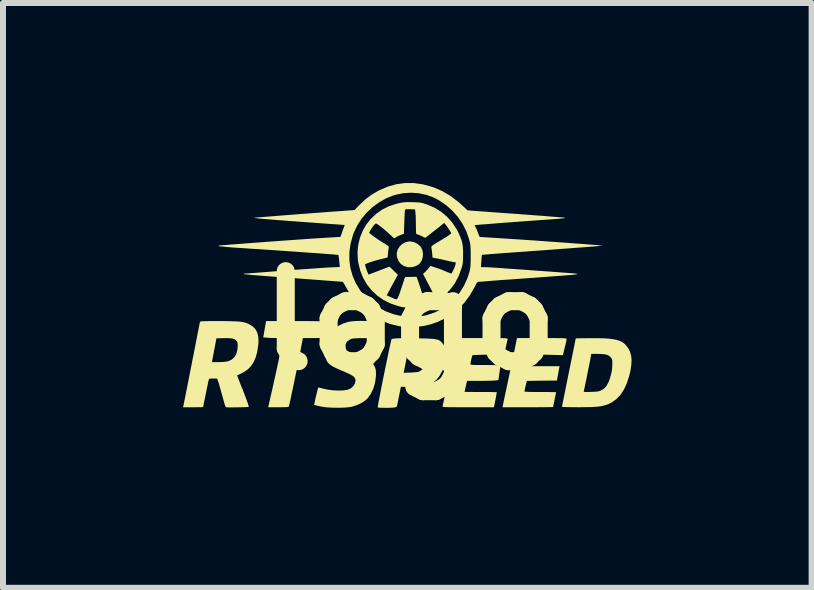
<source format=kicad_pcb>
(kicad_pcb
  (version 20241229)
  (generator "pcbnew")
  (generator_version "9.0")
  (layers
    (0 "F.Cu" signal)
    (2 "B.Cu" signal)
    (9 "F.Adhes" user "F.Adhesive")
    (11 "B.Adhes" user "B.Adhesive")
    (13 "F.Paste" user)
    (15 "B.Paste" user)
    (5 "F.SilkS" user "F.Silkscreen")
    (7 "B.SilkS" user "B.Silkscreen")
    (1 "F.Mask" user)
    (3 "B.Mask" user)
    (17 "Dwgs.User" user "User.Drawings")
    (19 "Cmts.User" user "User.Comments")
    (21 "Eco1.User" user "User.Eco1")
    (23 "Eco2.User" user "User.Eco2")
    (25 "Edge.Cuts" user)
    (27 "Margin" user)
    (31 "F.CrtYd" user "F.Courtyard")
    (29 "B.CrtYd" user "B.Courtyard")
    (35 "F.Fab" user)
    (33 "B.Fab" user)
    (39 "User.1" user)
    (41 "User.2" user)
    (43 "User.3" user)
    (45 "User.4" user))
  (footprint "logo"
    (layer "F.Cu")
    (at 3.783 2.29)
    (property "Reference" "logo" (at 0 0 0) (layer "F.SilkS") (effects (font (size 1.5 1.5) (thickness 0.3))))
    (attr board_only exclude_from_pos_files exclude_from_bom)
    (fp_poly (pts (xy 0.017 -1.316) (xy 0.078 -1.301) (xy 0.132 -1.271) (xy 0.175 -1.23) (xy 0.183 -1.219) (xy 0.206 -1.169) (xy 0.215 -1.113) (xy 0.211 -1.055) (xy 0.195 -1.001) (xy 0.166 -0.956) (xy 0.143 -0.934) (xy 0.089 -0.904) (xy 0.027 -0.888) (xy -0.036 -0.887) (xy -0.044 -0.889) (xy -0.105 -0.908) (xy -0.155 -0.943) (xy -0.193 -0.991) (xy -0.216 -1.052) (xy -0.221 -1.074) (xy -0.221 -1.131) (xy -0.204 -1.186) (xy -0.173 -1.234) (xy -0.131 -1.274) (xy -0.08 -1.302) (xy -0.023 -1.316)) (stroke (width 0) (type solid)) (fill yes) (layer "F.SilkS"))
    (fp_poly (pts (xy -1.801 0.01) (xy -1.711 0.01) (xy -1.628 0.011) (xy -1.555 0.012) (xy -1.494 0.013) (xy -1.446 0.014) (xy -1.413 0.015) (xy -1.398 0.017) (xy -1.397 0.017) (xy -1.399 0.029) (xy -1.404 0.056) (xy -1.411 0.095) (xy -1.42 0.142) (xy -1.423 0.153) (xy -1.432 0.2) (xy -1.44 0.236) (xy -1.449 0.261) (xy -1.462 0.277) (xy -1.483 0.287) (xy -1.513 0.292) (xy -1.556 0.293) (xy -1.615 0.293) (xy -1.646 0.293) (xy -1.786 0.293) (xy -1.836 0.554) (xy -1.847 0.613) (xy -1.861 0.683) (xy -1.877 0.76) (xy -1.893 0.842) (xy -1.911 0.927) (xy -1.929 1.013) (xy -1.946 1.097) (xy -1.963 1.177) (xy -1.979 1.25) (xy -1.992 1.314) (xy -2.004 1.366) (xy -2.013 1.405) (xy -2.018 1.427) (xy -2.018 1.429) (xy -2.022 1.435) (xy -2.03 1.439) (xy -2.045 1.443) (xy -2.07 1.444) (xy -2.108 1.445) (xy -2.162 1.446) (xy -2.194 1.446) (xy -2.365 1.446) (xy -2.359 1.424) (xy -2.327 1.282) (xy -2.298 1.156) (xy -2.273 1.043) (xy -2.25 0.94) (xy -2.229 0.845) (xy -2.209 0.753) (xy -2.19 0.663) (xy -2.175 0.589) (xy -2.114 0.293) (xy -2.217 0.293) (xy -2.269 0.292) (xy -2.321 0.291) (xy -2.366 0.288) (xy -2.384 0.287) (xy -2.447 0.281) (xy -2.423 0.145) (xy -2.399 0.01) (xy -1.898 0.01)) (stroke (width 0) (type solid)) (fill yes) (layer "F.SilkS"))
    (fp_poly (pts (xy 2.295 0.293) (xy 2.379 0.293) (xy 2.446 0.294) (xy 2.498 0.294) (xy 2.538 0.295) (xy 2.567 0.297) (xy 2.587 0.299) (xy 2.599 0.301) (xy 2.606 0.304) (xy 2.608 0.308) (xy 2.608 0.31) (xy 2.606 0.326) (xy 2.6 0.356) (xy 2.591 0.397) (xy 2.579 0.445) (xy 2.577 0.453) (xy 2.546 0.578) (xy 2.29 0.571) (xy 2.034 0.564) (xy 2.019 0.631) (xy 2.011 0.671) (xy 2.003 0.707) (xy 1.998 0.73) (xy 1.991 0.762) (xy 2.241 0.762) (xy 2.491 0.762) (xy 2.486 0.789) (xy 2.482 0.81) (xy 2.475 0.845) (xy 2.468 0.887) (xy 2.464 0.909) (xy 2.447 1.001) (xy 2.199 1.003) (xy 2.132 1.004) (xy 2.071 1.005) (xy 2.019 1.006) (xy 1.98 1.007) (xy 1.955 1.008) (xy 1.947 1.01) (xy 1.943 1.02) (xy 1.937 1.045) (xy 1.928 1.077) (xy 1.92 1.113) (xy 1.912 1.147) (xy 1.907 1.173) (xy 1.905 1.185) (xy 1.915 1.186) (xy 1.941 1.188) (xy 1.982 1.19) (xy 2.034 1.191) (xy 2.097 1.192) (xy 2.166 1.192) (xy 2.169 1.192) (xy 2.238 1.192) (xy 2.301 1.192) (xy 2.354 1.193) (xy 2.396 1.194) (xy 2.422 1.194) (xy 2.433 1.195) (xy 2.433 1.195) (xy 2.431 1.206) (xy 2.426 1.232) (xy 2.418 1.269) (xy 2.409 1.314) (xy 2.408 1.319) (xy 2.399 1.365) (xy 2.391 1.403) (xy 2.386 1.43) (xy 2.384 1.442) (xy 2.384 1.442) (xy 2.374 1.443) (xy 2.347 1.444) (xy 2.305 1.444) (xy 2.249 1.445) (xy 2.181 1.445) (xy 2.104 1.446) (xy 2.019 1.446) (xy 1.963 1.446) (xy 1.541 1.446) (xy 1.548 1.409) (xy 1.551 1.392) (xy 1.558 1.358) (xy 1.568 1.309) (xy 1.581 1.248) (xy 1.597 1.176) (xy 1.614 1.095) (xy 1.632 1.008) (xy 1.646 0.943) (xy 1.666 0.849) (xy 1.685 0.757) (xy 1.704 0.67) (xy 1.72 0.59) (xy 1.735 0.52) (xy 1.747 0.462) (xy 1.756 0.42) (xy 1.759 0.403) (xy 1.781 0.293) (xy 2.195 0.293)) (stroke (width 0) (type solid)) (fill yes) (layer "F.SilkS"))
    (fp_poly (pts (xy 3.216 0.297) (xy 3.304 0.302) (xy 3.378 0.311) (xy 3.44 0.323) (xy 3.491 0.339) (xy 3.533 0.359) (xy 3.568 0.384) (xy 3.584 0.399) (xy 3.63 0.454) (xy 3.663 0.515) (xy 3.683 0.583) (xy 3.691 0.66) (xy 3.686 0.747) (xy 3.67 0.848) (xy 3.651 0.923) (xy 3.613 1.043) (xy 3.565 1.148) (xy 3.507 1.237) (xy 3.44 1.308) (xy 3.364 1.363) (xy 3.338 1.377) (xy 3.298 1.396) (xy 3.257 1.41) (xy 3.214 1.422) (xy 3.166 1.431) (xy 3.11 1.437) (xy 3.044 1.442) (xy 2.964 1.444) (xy 2.869 1.445) (xy 2.816 1.446) (xy 2.744 1.445) (xy 2.678 1.445) (xy 2.621 1.444) (xy 2.577 1.442) (xy 2.546 1.441) (xy 2.531 1.439) (xy 2.531 1.439) (xy 2.533 1.428) (xy 2.538 1.4) (xy 2.547 1.356) (xy 2.559 1.298) (xy 2.573 1.228) (xy 2.581 1.185) (xy 2.894 1.185) (xy 2.899 1.189) (xy 2.914 1.191) (xy 2.941 1.192) (xy 2.982 1.191) (xy 3.015 1.19) (xy 3.07 1.188) (xy 3.109 1.185) (xy 3.139 1.181) (xy 3.163 1.174) (xy 3.186 1.164) (xy 3.19 1.162) (xy 3.238 1.13) (xy 3.277 1.084) (xy 3.309 1.023) (xy 3.325 0.98) (xy 3.346 0.907) (xy 3.361 0.845) (xy 3.368 0.786) (xy 3.37 0.724) (xy 3.37 0.723) (xy 3.37 0.683) (xy 3.367 0.657) (xy 3.36 0.638) (xy 3.349 0.621) (xy 3.341 0.612) (xy 3.317 0.59) (xy 3.287 0.575) (xy 3.248 0.564) (xy 3.196 0.559) (xy 3.129 0.557) (xy 3.122 0.557) (xy 3.02 0.557) (xy 3.013 0.593) (xy 3.007 0.624) (xy 2.999 0.668) (xy 2.989 0.722) (xy 2.976 0.783) (xy 2.963 0.848) (xy 2.95 0.915) (xy 2.937 0.98) (xy 2.924 1.04) (xy 2.913 1.093) (xy 2.904 1.136) (xy 2.898 1.165) (xy 2.895 1.178) (xy 2.895 1.178) (xy 2.894 1.185) (xy 2.581 1.185) (xy 2.589 1.147) (xy 2.607 1.057) (xy 2.627 0.96) (xy 2.646 0.865) (xy 2.761 0.298) (xy 2.99 0.295) (xy 3.112 0.295)) (stroke (width 0) (type solid)) (fill yes) (layer "F.SilkS"))
    (fp_poly (pts (xy 0.009 0.296) (xy 0.086 0.297) (xy 0.108 0.297) (xy 0.201 0.299) (xy 0.278 0.301) (xy 0.339 0.304) (xy 0.388 0.307) (xy 0.425 0.313) (xy 0.455 0.319) (xy 0.478 0.328) (xy 0.497 0.339) (xy 0.514 0.353) (xy 0.521 0.359) (xy 0.552 0.395) (xy 0.572 0.438) (xy 0.585 0.491) (xy 0.589 0.558) (xy 0.59 0.572) (xy 0.588 0.634) (xy 0.582 0.687) (xy 0.571 0.739) (xy 0.569 0.746) (xy 0.535 0.842) (xy 0.492 0.922) (xy 0.44 0.987) (xy 0.377 1.037) (xy 0.302 1.076) (xy 0.275 1.086) (xy 0.25 1.094) (xy 0.227 1.1) (xy 0.202 1.104) (xy 0.171 1.106) (xy 0.13 1.107) (xy 0.076 1.107) (xy 0.028 1.107) (xy -0.153 1.105) (xy -0.185 1.263) (xy -0.196 1.317) (xy -0.205 1.364) (xy -0.213 1.402) (xy -0.218 1.426) (xy -0.22 1.432) (xy -0.231 1.441) (xy -0.253 1.448) (xy -0.256 1.449) (xy -0.281 1.452) (xy -0.318 1.454) (xy -0.362 1.455) (xy -0.408 1.455) (xy -0.453 1.455) (xy -0.493 1.454) (xy -0.523 1.452) (xy -0.539 1.45) (xy -0.54 1.449) (xy -0.539 1.438) (xy -0.534 1.411) (xy -0.527 1.368) (xy -0.516 1.313) (xy -0.503 1.246) (xy -0.489 1.172) (xy -0.473 1.09) (xy -0.456 1.005) (xy -0.438 0.916) (xy -0.429 0.872) (xy -0.108 0.872) (xy 0.012 0.868) (xy 0.073 0.864) (xy 0.118 0.86) (xy 0.148 0.853) (xy 0.162 0.847) (xy 0.207 0.813) (xy 0.242 0.763) (xy 0.26 0.715) (xy 0.27 0.66) (xy 0.264 0.616) (xy 0.242 0.582) (xy 0.231 0.572) (xy 0.218 0.564) (xy 0.202 0.558) (xy 0.18 0.554) (xy 0.148 0.553) (xy 0.102 0.552) (xy 0.08 0.552) (xy -0.043 0.552) (xy -0.07 0.687) (xy -0.08 0.738) (xy -0.089 0.784) (xy -0.097 0.821) (xy -0.101 0.844) (xy -0.102 0.847) (xy -0.108 0.872) (xy -0.429 0.872) (xy -0.42 0.828) (xy -0.402 0.741) (xy -0.385 0.659) (xy -0.369 0.582) (xy -0.355 0.514) (xy -0.343 0.455) (xy -0.332 0.409) (xy -0.325 0.378) (xy -0.325 0.377) (xy -0.308 0.308) (xy -0.249 0.3) (xy -0.224 0.298) (xy -0.183 0.296) (xy -0.129 0.296) (xy -0.064 0.295)) (stroke (width 0) (type solid)) (fill yes) (layer "F.SilkS"))
    (fp_poly (pts (xy 1.305 0.293) (xy 1.39 0.293) (xy 1.458 0.294) (xy 1.512 0.294) (xy 1.554 0.295) (xy 1.584 0.296) (xy 1.604 0.298) (xy 1.617 0.301) (xy 1.624 0.303) (xy 1.626 0.307) (xy 1.626 0.31) (xy 1.613 0.369) (xy 1.6 0.426) (xy 1.588 0.476) (xy 1.577 0.517) (xy 1.569 0.545) (xy 1.565 0.558) (xy 1.564 0.558) (xy 1.553 0.56) (xy 1.525 0.562) (xy 1.483 0.564) (xy 1.429 0.566) (xy 1.366 0.568) (xy 1.301 0.569) (xy 1.232 0.571) (xy 1.17 0.572) (xy 1.117 0.574) (xy 1.076 0.576) (xy 1.049 0.578) (xy 1.039 0.58) (xy 1.034 0.592) (xy 1.027 0.617) (xy 1.02 0.649) (xy 1.013 0.682) (xy 1.008 0.71) (xy 1.007 0.725) (xy 1.008 0.731) (xy 1.013 0.735) (xy 1.024 0.738) (xy 1.043 0.74) (xy 1.073 0.741) (xy 1.116 0.742) (xy 1.174 0.742) (xy 1.248 0.742) (xy 1.255 0.742) (xy 1.335 0.743) (xy 1.397 0.743) (xy 1.443 0.745) (xy 1.475 0.747) (xy 1.495 0.749) (xy 1.504 0.753) (xy 1.504 0.755) (xy 1.503 0.769) (xy 1.5 0.798) (xy 1.494 0.838) (xy 1.488 0.88) (xy 1.472 0.994) (xy 1.408 1) (xy 1.378 1.002) (xy 1.332 1.004) (xy 1.276 1.005) (xy 1.213 1.006) (xy 1.148 1.006) (xy 1.146 1.006) (xy 0.949 1.006) (xy 0.929 1.095) (xy 0.92 1.134) (xy 0.913 1.165) (xy 0.909 1.184) (xy 0.909 1.188) (xy 0.918 1.189) (xy 0.944 1.19) (xy 0.985 1.191) (xy 1.038 1.191) (xy 1.101 1.192) (xy 1.17 1.192) (xy 1.177 1.192) (xy 1.247 1.192) (xy 1.311 1.192) (xy 1.365 1.193) (xy 1.407 1.194) (xy 1.435 1.195) (xy 1.446 1.196) (xy 1.446 1.196) (xy 1.444 1.206) (xy 1.439 1.231) (xy 1.433 1.266) (xy 1.425 1.307) (xy 1.417 1.347) (xy 1.41 1.384) (xy 1.404 1.412) (xy 1.402 1.424) (xy 1.397 1.446) (xy 0.966 1.446) (xy 0.863 1.446) (xy 0.778 1.446) (xy 0.709 1.445) (xy 0.655 1.445) (xy 0.613 1.444) (xy 0.583 1.443) (xy 0.562 1.441) (xy 0.55 1.438) (xy 0.543 1.436) (xy 0.541 1.432) (xy 0.541 1.429) (xy 0.545 1.413) (xy 0.552 1.381) (xy 0.563 1.333) (xy 0.575 1.274) (xy 0.59 1.203) (xy 0.606 1.125) (xy 0.624 1.04) (xy 0.642 0.951) (xy 0.661 0.861) (xy 0.679 0.771) (xy 0.697 0.684) (xy 0.713 0.601) (xy 0.719 0.574) (xy 0.775 0.293) (xy 1.202 0.293)) (stroke (width 0) (type solid)) (fill yes) (layer "F.SilkS"))
    (fp_poly (pts (xy -0.751 0.008) (xy -0.677 0.012) (xy -0.609 0.02) (xy -0.554 0.03) (xy -0.523 0.039) (xy -0.5 0.048) (xy -0.518 0.124) (xy -0.528 0.169) (xy -0.538 0.216) (xy -0.546 0.254) (xy -0.546 0.254) (xy -0.557 0.309) (xy -0.613 0.302) (xy -0.655 0.298) (xy -0.707 0.296) (xy -0.764 0.294) (xy -0.823 0.294) (xy -0.878 0.296) (xy -0.925 0.298) (xy -0.96 0.302) (xy -0.972 0.304) (xy -1.003 0.318) (xy -1.035 0.34) (xy -1.042 0.347) (xy -1.063 0.37) (xy -1.072 0.392) (xy -1.075 0.424) (xy -1.075 0.428) (xy -1.07 0.472) (xy -1.058 0.497) (xy -1.043 0.507) (xy -1.013 0.523) (xy -0.973 0.542) (xy -0.925 0.564) (xy -0.894 0.576) (xy -0.806 0.613) (xy -0.734 0.647) (xy -0.678 0.678) (xy -0.635 0.709) (xy -0.604 0.742) (xy -0.584 0.778) (xy -0.573 0.819) (xy -0.568 0.868) (xy -0.569 0.925) (xy -0.569 0.93) (xy -0.583 1.034) (xy -0.611 1.132) (xy -0.654 1.221) (xy -0.709 1.298) (xy -0.711 1.301) (xy -0.756 1.34) (xy -0.815 1.377) (xy -0.883 1.409) (xy -0.955 1.433) (xy -0.989 1.441) (xy -1.035 1.447) (xy -1.096 1.452) (xy -1.167 1.454) (xy -1.241 1.454) (xy -1.315 1.452) (xy -1.382 1.448) (xy -1.414 1.445) (xy -1.452 1.439) (xy -1.494 1.432) (xy -1.535 1.423) (xy -1.569 1.415) (xy -1.591 1.408) (xy -1.598 1.405) (xy -1.597 1.395) (xy -1.592 1.37) (xy -1.584 1.334) (xy -1.575 1.292) (xy -1.564 1.246) (xy -1.553 1.202) (xy -1.544 1.164) (xy -1.536 1.134) (xy -1.531 1.119) (xy -1.531 1.117) (xy -1.52 1.118) (xy -1.497 1.123) (xy -1.464 1.132) (xy -1.464 1.132) (xy -1.381 1.151) (xy -1.293 1.163) (xy -1.205 1.168) (xy -1.122 1.166) (xy -1.05 1.156) (xy -1.034 1.152) (xy -0.985 1.13) (xy -0.946 1.095) (xy -0.919 1.051) (xy -0.909 1.002) (xy -0.909 0.997) (xy -0.913 0.971) (xy -0.928 0.947) (xy -0.955 0.923) (xy -0.997 0.899) (xy -1.055 0.872) (xy -1.084 0.859) (xy -1.171 0.822) (xy -1.242 0.79) (xy -1.297 0.761) (xy -1.339 0.732) (xy -1.369 0.703) (xy -1.39 0.671) (xy -1.403 0.634) (xy -1.409 0.591) (xy -1.411 0.541) (xy -1.41 0.523) (xy -1.402 0.418) (xy -1.38 0.321) (xy -1.353 0.249) (xy -1.314 0.189) (xy -1.26 0.135) (xy -1.192 0.088) (xy -1.114 0.05) (xy -1.03 0.024) (xy -1.026 0.023) (xy -0.969 0.014) (xy -0.902 0.009) (xy -0.827 0.007)) (stroke (width 0) (type solid)) (fill yes) (layer "F.SilkS"))
    (fp_poly (pts (xy -3.196 0.01) (xy -3.092 0.01) (xy -3.005 0.012) (xy -2.933 0.014) (xy -2.874 0.017) (xy -2.825 0.021) (xy -2.785 0.027) (xy -2.751 0.035) (xy -2.72 0.045) (xy -2.692 0.057) (xy -2.69 0.058) (xy -2.627 0.095) (xy -2.58 0.141) (xy -2.548 0.197) (xy -2.53 0.265) (xy -2.525 0.346) (xy -2.53 0.412) (xy -2.547 0.522) (xy -2.572 0.615) (xy -2.606 0.694) (xy -2.65 0.76) (xy -2.704 0.815) (xy -2.772 0.861) (xy -2.814 0.883) (xy -2.845 0.898) (xy -2.869 0.91) (xy -2.88 0.915) (xy -2.881 0.915) (xy -2.878 0.925) (xy -2.869 0.949) (xy -2.855 0.987) (xy -2.837 1.034) (xy -2.815 1.089) (xy -2.806 1.111) (xy -2.775 1.189) (xy -2.747 1.261) (xy -2.724 1.323) (xy -2.706 1.374) (xy -2.694 1.412) (xy -2.688 1.435) (xy -2.688 1.441) (xy -2.699 1.442) (xy -2.725 1.443) (xy -2.766 1.445) (xy -2.816 1.446) (xy -2.874 1.447) (xy -2.881 1.447) (xy -2.946 1.448) (xy -2.995 1.449) (xy -3.029 1.448) (xy -3.052 1.447) (xy -3.065 1.444) (xy -3.073 1.44) (xy -3.077 1.433) (xy -3.078 1.431) (xy -3.083 1.416) (xy -3.093 1.385) (xy -3.105 1.342) (xy -3.119 1.291) (xy -3.131 1.246) (xy -3.148 1.187) (xy -3.164 1.13) (xy -3.178 1.08) (xy -3.19 1.041) (xy -3.196 1.023) (xy -3.216 0.967) (xy -3.283 0.967) (xy -3.319 0.968) (xy -3.34 0.97) (xy -3.35 0.976) (xy -3.355 0.987) (xy -3.356 0.989) (xy -3.359 1.006) (xy -3.366 1.037) (xy -3.374 1.079) (xy -3.385 1.13) (xy -3.396 1.185) (xy -3.408 1.243) (xy -3.419 1.298) (xy -3.43 1.349) (xy -3.439 1.392) (xy -3.445 1.424) (xy -3.448 1.441) (xy -3.449 1.443) (xy -3.458 1.444) (xy -3.483 1.445) (xy -3.522 1.445) (xy -3.571 1.446) (xy -3.616 1.446) (xy -3.783 1.446) (xy -3.778 1.424) (xy -3.774 1.408) (xy -3.768 1.376) (xy -3.758 1.328) (xy -3.746 1.267) (xy -3.732 1.195) (xy -3.715 1.114) (xy -3.698 1.026) (xy -3.68 0.933) (xy -3.661 0.836) (xy -3.641 0.739) (xy -3.633 0.694) (xy -3.302 0.694) (xy -3.191 0.694) (xy -3.121 0.692) (xy -3.064 0.686) (xy -3.03 0.679) (xy -2.972 0.652) (xy -2.927 0.611) (xy -2.895 0.556) (xy -2.877 0.488) (xy -2.872 0.422) (xy -2.873 0.387) (xy -2.878 0.363) (xy -2.888 0.346) (xy -2.9 0.332) (xy -2.919 0.316) (xy -2.944 0.305) (xy -2.976 0.298) (xy -3.02 0.295) (xy -3.078 0.294) (xy -3.121 0.295) (xy -3.227 0.298) (xy -3.259 0.469) (xy -3.27 0.526) (xy -3.28 0.579) (xy -3.288 0.622) (xy -3.294 0.653) (xy -3.296 0.667) (xy -3.302 0.694) (xy -3.633 0.694) (xy -3.623 0.642) (xy -3.604 0.549) (xy -3.587 0.46) (xy -3.571 0.379) (xy -3.561 0.327) (xy -3.547 0.255) (xy -3.534 0.188) (xy -3.522 0.129) (xy -3.513 0.082) (xy -3.506 0.047) (xy -3.502 0.029) (xy -3.501 0.027) (xy -3.499 0.022) (xy -3.492 0.018) (xy -3.481 0.015) (xy -3.462 0.013) (xy -3.433 0.012) (xy -3.392 0.011) (xy -3.338 0.01) (xy -3.268 0.01)) (stroke (width 0) (type solid)) (fill yes) (layer "F.SilkS"))
    (fp_poly (pts (xy 0.044 -1.971) (xy 0.101 -1.969) (xy 0.144 -1.967) (xy 0.179 -1.962) (xy 0.212 -1.955) (xy 0.248 -1.944) (xy 0.281 -1.933) (xy 0.405 -1.88) (xy 0.518 -1.811) (xy 0.617 -1.728) (xy 0.703 -1.631) (xy 0.776 -1.52) (xy 0.811 -1.452) (xy 0.838 -1.389) (xy 0.858 -1.335) (xy 0.871 -1.285) (xy 0.879 -1.231) (xy 0.883 -1.17) (xy 0.883 -1.099) (xy 0.883 -1.039) (xy 0.881 -0.993) (xy 0.878 -0.957) (xy 0.872 -0.924) (xy 0.864 -0.891) (xy 0.856 -0.865) (xy 0.807 -0.734) (xy 0.744 -0.616) (xy 0.665 -0.511) (xy 0.572 -0.419) (xy 0.471 -0.344) (xy 0.376 -0.292) (xy 0.275 -0.254) (xy 0.163 -0.23) (xy 0.039 -0.219) (xy 0.029 -0.219) (xy -0.028 -0.217) (xy -0.071 -0.218) (xy -0.107 -0.22) (xy -0.141 -0.226) (xy -0.18 -0.235) (xy -0.195 -0.239) (xy -0.324 -0.282) (xy -0.442 -0.341) (xy -0.548 -0.415) (xy -0.641 -0.502) (xy -0.719 -0.601) (xy -0.783 -0.712) (xy -0.831 -0.833) (xy -0.856 -0.935) (xy -0.749 -0.935) (xy -0.749 -0.923) (xy -0.743 -0.899) (xy -0.733 -0.868) (xy -0.721 -0.833) (xy -0.711 -0.809) (xy -0.692 -0.764) (xy -0.632 -0.787) (xy -0.598 -0.8) (xy -0.552 -0.817) (xy -0.501 -0.837) (xy -0.457 -0.854) (xy -0.343 -0.897) (xy -0.274 -0.83) (xy -0.204 -0.762) (xy -0.297 -0.591) (xy -0.389 -0.419) (xy -0.329 -0.392) (xy -0.296 -0.377) (xy -0.269 -0.365) (xy -0.254 -0.359) (xy -0.239 -0.354) (xy -0.227 -0.353) (xy -0.216 -0.359) (xy -0.206 -0.373) (xy -0.194 -0.398) (xy -0.18 -0.435) (xy -0.162 -0.487) (xy -0.145 -0.538) (xy -0.083 -0.724) (xy 0.013 -0.726) (xy 0.108 -0.728) (xy 0.126 -0.679) (xy 0.141 -0.637) (xy 0.158 -0.585) (xy 0.177 -0.528) (xy 0.194 -0.473) (xy 0.208 -0.426) (xy 0.216 -0.397) (xy 0.221 -0.375) (xy 0.228 -0.362) (xy 0.238 -0.357) (xy 0.256 -0.361) (xy 0.284 -0.372) (xy 0.327 -0.391) (xy 0.335 -0.395) (xy 0.4 -0.425) (xy 0.308 -0.6) (xy 0.216 -0.775) (xy 0.258 -0.815) (xy 0.284 -0.842) (xy 0.308 -0.869) (xy 0.318 -0.882) (xy 0.338 -0.91) (xy 0.42 -0.883) (xy 0.469 -0.867) (xy 0.526 -0.846) (xy 0.579 -0.824) (xy 0.591 -0.819) (xy 0.629 -0.803) (xy 0.661 -0.791) (xy 0.681 -0.783) (xy 0.687 -0.782) (xy 0.695 -0.79) (xy 0.707 -0.812) (xy 0.722 -0.842) (xy 0.737 -0.875) (xy 0.749 -0.907) (xy 0.757 -0.933) (xy 0.757 -0.935) (xy 0.763 -0.966) (xy 0.706 -0.977) (xy 0.667 -0.985) (xy 0.619 -0.996) (xy 0.576 -1.006) (xy 0.529 -1.017) (xy 0.478 -1.028) (xy 0.439 -1.035) (xy 0.374 -1.047) (xy 0.368 -1.117) (xy 0.364 -1.156) (xy 0.359 -1.191) (xy 0.356 -1.213) (xy 0.354 -1.223) (xy 0.357 -1.232) (xy 0.366 -1.243) (xy 0.383 -1.256) (xy 0.411 -1.275) (xy 0.452 -1.3) (xy 0.49 -1.322) (xy 0.539 -1.352) (xy 0.585 -1.38) (xy 0.622 -1.404) (xy 0.649 -1.422) (xy 0.659 -1.429) (xy 0.688 -1.453) (xy 0.656 -1.506) (xy 0.633 -1.541) (xy 0.61 -1.574) (xy 0.596 -1.592) (xy 0.569 -1.626) (xy 0.502 -1.572) (xy 0.465 -1.542) (xy 0.419 -1.506) (xy 0.372 -1.469) (xy 0.344 -1.447) (xy 0.253 -1.376) (xy 0.193 -1.406) (xy 0.16 -1.421) (xy 0.132 -1.432) (xy 0.116 -1.436) (xy 0.109 -1.437) (xy 0.104 -1.443) (xy 0.101 -1.456) (xy 0.099 -1.48) (xy 0.098 -1.516) (xy 0.097 -1.568) (xy 0.097 -1.59) (xy 0.096 -1.648) (xy 0.095 -1.703) (xy 0.093 -1.751) (xy 0.09 -1.787) (xy 0.089 -1.798) (xy 0.083 -1.851) (xy 0.002 -1.854) (xy -0.039 -1.855) (xy -0.065 -1.853) (xy -0.079 -1.849) (xy -0.084 -1.842) (xy -0.086 -1.828) (xy -0.089 -1.798) (xy -0.091 -1.754) (xy -0.094 -1.701) (xy -0.096 -1.642) (xy -0.096 -1.635) (xy -0.103 -1.444) (xy -0.146 -1.429) (xy -0.183 -1.414) (xy -0.22 -1.395) (xy -0.227 -1.391) (xy -0.265 -1.367) (xy -0.351 -1.447) (xy -0.404 -1.494) (xy -0.455 -1.537) (xy -0.501 -1.573) (xy -0.538 -1.6) (xy -0.558 -1.613) (xy -0.571 -1.615) (xy -0.585 -1.606) (xy -0.605 -1.584) (xy -0.608 -1.58) (xy -0.629 -1.552) (xy -0.65 -1.522) (xy -0.667 -1.493) (xy -0.679 -1.471) (xy -0.682 -1.46) (xy -0.682 -1.46) (xy -0.656 -1.438) (xy -0.617 -1.408) (xy -0.57 -1.375) (xy -0.52 -1.34) (xy -0.47 -1.309) (xy -0.455 -1.299) (xy -0.412 -1.273) (xy -0.382 -1.254) (xy -0.365 -1.24) (xy -0.356 -1.229) (xy -0.355 -1.218) (xy -0.356 -1.212) (xy -0.36 -1.189) (xy -0.364 -1.155) (xy -0.368 -1.119) (xy -0.374 -1.05) (xy -0.507 -1.017) (xy -0.563 -1.002) (xy -0.618 -0.986) (xy -0.668 -0.97) (xy -0.709 -0.954) (xy -0.738 -0.942) (xy -0.749 -0.935) (xy -0.856 -0.935) (xy -0.863 -0.963) (xy -0.87 -1.014) (xy -0.876 -1.137) (xy -0.864 -1.259) (xy -0.835 -1.379) (xy -0.79 -1.492) (xy -0.731 -1.597) (xy -0.657 -1.69) (xy -0.652 -1.695) (xy -0.561 -1.78) (xy -0.463 -1.849) (xy -0.355 -1.902) (xy -0.235 -1.942) (xy -0.184 -1.955) (xy -0.139 -1.964) (xy -0.098 -1.969) (xy -0.054 -1.972) (xy 0.00007 -1.972)) (stroke (width 0) (type solid)) (fill yes) (layer "F.SilkS"))
    (fp_poly (pts (xy 0.06 -2.29) (xy 0.206 -2.27) (xy 0.353 -2.231) (xy 0.405 -2.213) (xy 0.543 -2.152) (xy 0.675 -2.074) (xy 0.802 -1.978) (xy 0.881 -1.907) (xy 0.957 -1.835) (xy 1.209 -1.816) (xy 1.416 -1.801) (xy 1.607 -1.787) (xy 1.782 -1.775) (xy 1.941 -1.763) (xy 2.083 -1.752) (xy 2.208 -1.743) (xy 2.316 -1.734) (xy 2.406 -1.727) (xy 2.478 -1.721) (xy 2.531 -1.717) (xy 2.566 -1.713) (xy 2.579 -1.712) (xy 2.586 -1.709) (xy 2.58 -1.706) (xy 2.56 -1.703) (xy 2.524 -1.699) (xy 2.471 -1.694) (xy 2.401 -1.689) (xy 2.313 -1.682) (xy 2.306 -1.682) (xy 2.179 -1.673) (xy 2.052 -1.664) (xy 1.926 -1.655) (xy 1.804 -1.646) (xy 1.686 -1.637) (xy 1.574 -1.629) (xy 1.469 -1.621) (xy 1.374 -1.613) (xy 1.289 -1.606) (xy 1.217 -1.601) (xy 1.157 -1.596) (xy 1.113 -1.592) (xy 1.086 -1.589) (xy 1.076 -1.587) (xy 1.078 -1.577) (xy 1.084 -1.569) (xy 1.093 -1.553) (xy 1.106 -1.525) (xy 1.121 -1.488) (xy 1.127 -1.473) (xy 1.159 -1.392) (xy 1.495 -1.371) (xy 1.595 -1.364) (xy 1.702 -1.357) (xy 1.816 -1.35) (xy 1.934 -1.342) (xy 2.055 -1.334) (xy 2.177 -1.325) (xy 2.3 -1.316) (xy 2.421 -1.308) (xy 2.539 -1.299) (xy 2.652 -1.291) (xy 2.758 -1.283) (xy 2.857 -1.276) (xy 2.947 -1.269) (xy 3.025 -1.263) (xy 3.091 -1.258) (xy 3.143 -1.253) (xy 3.179 -1.25) (xy 3.198 -1.248) (xy 3.201 -1.247) (xy 3.192 -1.246) (xy 3.165 -1.243) (xy 3.119 -1.238) (xy 3.056 -1.233) (xy 2.976 -1.227) (xy 2.88 -1.219) (xy 2.768 -1.211) (xy 2.641 -1.201) (xy 2.5 -1.191) (xy 2.442 -1.186) (xy 2.359 -1.18) (xy 2.261 -1.173) (xy 2.152 -1.165) (xy 2.036 -1.157) (xy 1.917 -1.148) (xy 1.8 -1.14) (xy 1.689 -1.132) (xy 1.658 -1.129) (xy 1.565 -1.123) (xy 1.479 -1.116) (xy 1.401 -1.11) (xy 1.332 -1.105) (xy 1.276 -1.1) (xy 1.233 -1.097) (xy 1.207 -1.094) (xy 1.197 -1.093) (xy 1.196 -1.082) (xy 1.193 -1.056) (xy 1.19 -1.02) (xy 1.188 -0.989) (xy 1.181 -0.889) (xy 1.238 -0.889) (xy 1.25 -0.889) (xy 1.264 -0.888) (xy 1.281 -0.888) (xy 1.302 -0.887) (xy 1.329 -0.885) (xy 1.362 -0.883) (xy 1.404 -0.88) (xy 1.455 -0.877) (xy 1.517 -0.873) (xy 1.591 -0.867) (xy 1.677 -0.861) (xy 1.779 -0.854) (xy 1.896 -0.846) (xy 2.03 -0.836) (xy 2.169 -0.826) (xy 2.295 -0.817) (xy 2.403 -0.809) (xy 2.494 -0.802) (xy 2.57 -0.796) (xy 2.631 -0.792) (xy 2.681 -0.788) (xy 2.719 -0.784) (xy 2.747 -0.782) (xy 2.766 -0.78) (xy 2.779 -0.778) (xy 2.786 -0.776) (xy 2.789 -0.774) (xy 2.788 -0.773) (xy 2.787 -0.772) (xy 2.781 -0.77) (xy 2.765 -0.767) (xy 2.738 -0.764) (xy 2.7 -0.76) (xy 2.65 -0.756) (xy 2.586 -0.751) (xy 2.509 -0.745) (xy 2.417 -0.738) (xy 2.309 -0.73) (xy 2.185 -0.721) (xy 2.043 -0.71) (xy 1.883 -0.699) (xy 1.798 -0.693) (xy 1.705 -0.686) (xy 1.614 -0.68) (xy 1.527 -0.674) (xy 1.449 -0.668) (xy 1.38 -0.663) (xy 1.325 -0.658) (xy 1.285 -0.655) (xy 1.275 -0.654) (xy 1.229 -0.65) (xy 1.187 -0.647) (xy 1.156 -0.645) (xy 1.143 -0.645) (xy 1.131 -0.643) (xy 1.12 -0.635) (xy 1.107 -0.618) (xy 1.091 -0.589) (xy 1.069 -0.545) (xy 1.068 -0.545) (xy 0.992 -0.412) (xy 0.902 -0.293) (xy 0.799 -0.188) (xy 0.683 -0.098) (xy 0.68 -0.096) (xy 0.565 -0.026) (xy 0.453 0.027) (xy 0.338 0.066) (xy 0.221 0.092) (xy 0.159 0.1) (xy 0.085 0.105) (xy 0.006 0.106) (xy -0.072 0.104) (xy -0.143 0.1) (xy -0.193 0.093) (xy -0.337 0.057) (xy -0.475 0.003) (xy -0.606 -0.067) (xy -0.73 -0.153) (xy -0.843 -0.254) (xy -0.944 -0.368) (xy -1.033 -0.493) (xy -1.084 -0.584) (xy -1.101 -0.614) (xy -1.117 -0.636) (xy -1.127 -0.645) (xy -1.128 -0.645) (xy -1.14 -0.646) (xy -1.17 -0.648) (xy -1.213 -0.651) (xy -1.268 -0.655) (xy -1.331 -0.66) (xy -1.388 -0.664) (xy -1.456 -0.669) (xy -1.539 -0.676) (xy -1.633 -0.683) (xy -1.735 -0.69) (xy -1.84 -0.698) (xy -1.945 -0.706) (xy -2.045 -0.713) (xy -2.046 -0.713) (xy -2.188 -0.724) (xy -2.312 -0.733) (xy -2.418 -0.741) (xy -2.508 -0.748) (xy -2.583 -0.754) (xy -2.643 -0.759) (xy -2.691 -0.764) (xy -2.726 -0.767) (xy -2.751 -0.77) (xy -2.766 -0.773) (xy -2.771 -0.775) (xy -2.768 -0.78) (xy -2.75 -0.782) (xy -2.749 -0.782) (xy -2.731 -0.782) (xy -2.697 -0.784) (xy -2.65 -0.788) (xy -2.592 -0.792) (xy -2.527 -0.797) (xy -2.481 -0.801) (xy -2.375 -0.809) (xy -2.263 -0.818) (xy -2.147 -0.827) (xy -2.03 -0.836) (xy -1.913 -0.844) (xy -1.799 -0.853) (xy -1.691 -0.86) (xy -1.59 -0.867) (xy -1.5 -0.874) (xy -1.422 -0.879) (xy -1.358 -0.883) (xy -1.312 -0.885) (xy -1.311 -0.885) (xy -1.171 -0.892) (xy -1.177 -0.956) (xy -1.181 -0.997) (xy -1.182 -1.006) (xy -1.012 -1.006) (xy -0.994 -0.873) (xy -0.957 -0.742) (xy -0.904 -0.621) (xy -0.832 -0.502) (xy -0.746 -0.395) (xy -0.646 -0.301) (xy -0.534 -0.22) (xy -0.411 -0.155) (xy -0.278 -0.105) (xy -0.137 -0.071) (xy -0.121 -0.069) (xy -0.065 -0.063) (xy 0.003 -0.062) (xy 0.077 -0.063) (xy 0.151 -0.069) (xy 0.218 -0.077) (xy 0.27 -0.087) (xy 0.404 -0.131) (xy 0.528 -0.191) (xy 0.639 -0.267) (xy 0.739 -0.357) (xy 0.825 -0.461) (xy 0.898 -0.578) (xy 0.956 -0.707) (xy 0.989 -0.809) (xy 0.997 -0.84) (xy 1.002 -0.869) (xy 1.006 -0.903) (xy 1.008 -0.944) (xy 1.01 -0.997) (xy 1.01 -1.065) (xy 1.01 -1.07) (xy 1.01 -1.137) (xy 1.009 -1.188) (xy 1.007 -1.228) (xy 1.004 -1.262) (xy 0.999 -1.292) (xy 0.991 -1.324) (xy 0.984 -1.351) (xy 0.938 -1.484) (xy 0.875 -1.609) (xy 0.796 -1.726) (xy 0.703 -1.831) (xy 0.598 -1.924) (xy 0.481 -2.003) (xy 0.395 -2.048) (xy 0.276 -2.092) (xy 0.151 -2.119) (xy 0.022 -2.129) (xy -0.108 -2.121) (xy -0.237 -2.096) (xy -0.274 -2.085) (xy -0.397 -2.036) (xy -0.514 -1.97) (xy -0.624 -1.89) (xy -0.723 -1.797) (xy -0.81 -1.693) (xy -0.882 -1.58) (xy -0.939 -1.46) (xy -0.951 -1.425) (xy -0.991 -1.282) (xy -1.011 -1.143) (xy -1.012 -1.006) (xy -1.182 -1.006) (xy -1.185 -1.034) (xy -1.188 -1.057) (xy -1.193 -1.092) (xy -1.258 -1.098) (xy -1.285 -1.101) (xy -1.328 -1.104) (xy -1.387 -1.108) (xy -1.458 -1.114) (xy -1.54 -1.12) (xy -1.631 -1.126) (xy -1.729 -1.133) (xy -1.83 -1.14) (xy -1.934 -1.148) (xy -2.038 -1.155) (xy -2.139 -1.162) (xy -2.236 -1.169) (xy -2.326 -1.175) (xy -2.407 -1.18) (xy -2.478 -1.185) (xy -2.535 -1.189) (xy -2.574 -1.191) (xy -2.681 -1.198) (xy -2.782 -1.205) (xy -2.876 -1.211) (xy -2.962 -1.217) (xy -3.036 -1.223) (xy -3.098 -1.229) (xy -3.145 -1.233) (xy -3.177 -1.237) (xy -3.189 -1.24) (xy -3.192 -1.244) (xy -3.175 -1.249) (xy -3.138 -1.253) (xy -3.131 -1.253) (xy -2.985 -1.265) (xy -2.834 -1.276) (xy -2.68 -1.288) (xy -2.523 -1.3) (xy -2.366 -1.312) (xy -2.211 -1.323) (xy -2.059 -1.334) (xy -1.913 -1.344) (xy -1.774 -1.354) (xy -1.644 -1.363) (xy -1.525 -1.371) (xy -1.419 -1.377) (xy -1.328 -1.383) (xy -1.252 -1.387) (xy -1.213 -1.39) (xy -1.16 -1.392) (xy -1.138 -1.456) (xy -1.125 -1.495) (xy -1.11 -1.532) (xy -1.101 -1.556) (xy -1.093 -1.578) (xy -1.091 -1.591) (xy -1.092 -1.592) (xy -1.103 -1.593) (xy -1.131 -1.594) (xy -1.176 -1.598) (xy -1.237 -1.602) (xy -1.31 -1.607) (xy -1.396 -1.613) (xy -1.492 -1.62) (xy -1.598 -1.628) (xy -1.711 -1.636) (xy -1.83 -1.645) (xy -1.87 -1.648) (xy -2.022 -1.659) (xy -2.154 -1.669) (xy -2.268 -1.678) (xy -2.364 -1.686) (xy -2.443 -1.693) (xy -2.505 -1.698) (xy -2.551 -1.703) (xy -2.58 -1.707) (xy -2.595 -1.71) (xy -2.595 -1.712) (xy -2.593 -1.712) (xy -2.576 -1.714) (xy -2.542 -1.717) (xy -2.491 -1.721) (xy -2.427 -1.726) (xy -2.35 -1.732) (xy -2.263 -1.739) (xy -2.167 -1.747) (xy -2.064 -1.755) (xy -1.956 -1.763) (xy -1.845 -1.772) (xy -1.733 -1.78) (xy -1.621 -1.789) (xy -1.511 -1.797) (xy -1.404 -1.805) (xy -1.304 -1.813) (xy -1.211 -1.819) (xy -1.128 -1.825) (xy -1.091 -1.828) (xy -0.926 -1.84) (xy -0.846 -1.923) (xy -0.746 -2.017) (xy -0.641 -2.096) (xy -0.524 -2.164) (xy -0.504 -2.174) (xy -0.366 -2.232) (xy -0.225 -2.271) (xy -0.083 -2.29)) (stroke (width 0) (type solid)) (fill yes) (layer "F.SilkS")))
  (gr_rect
    (start -3 -3)
    (end 10.474 6.745)
    (stroke (width 0.1) (type default))
    (fill no)
    (layer "Edge.Cuts")))
</source>
